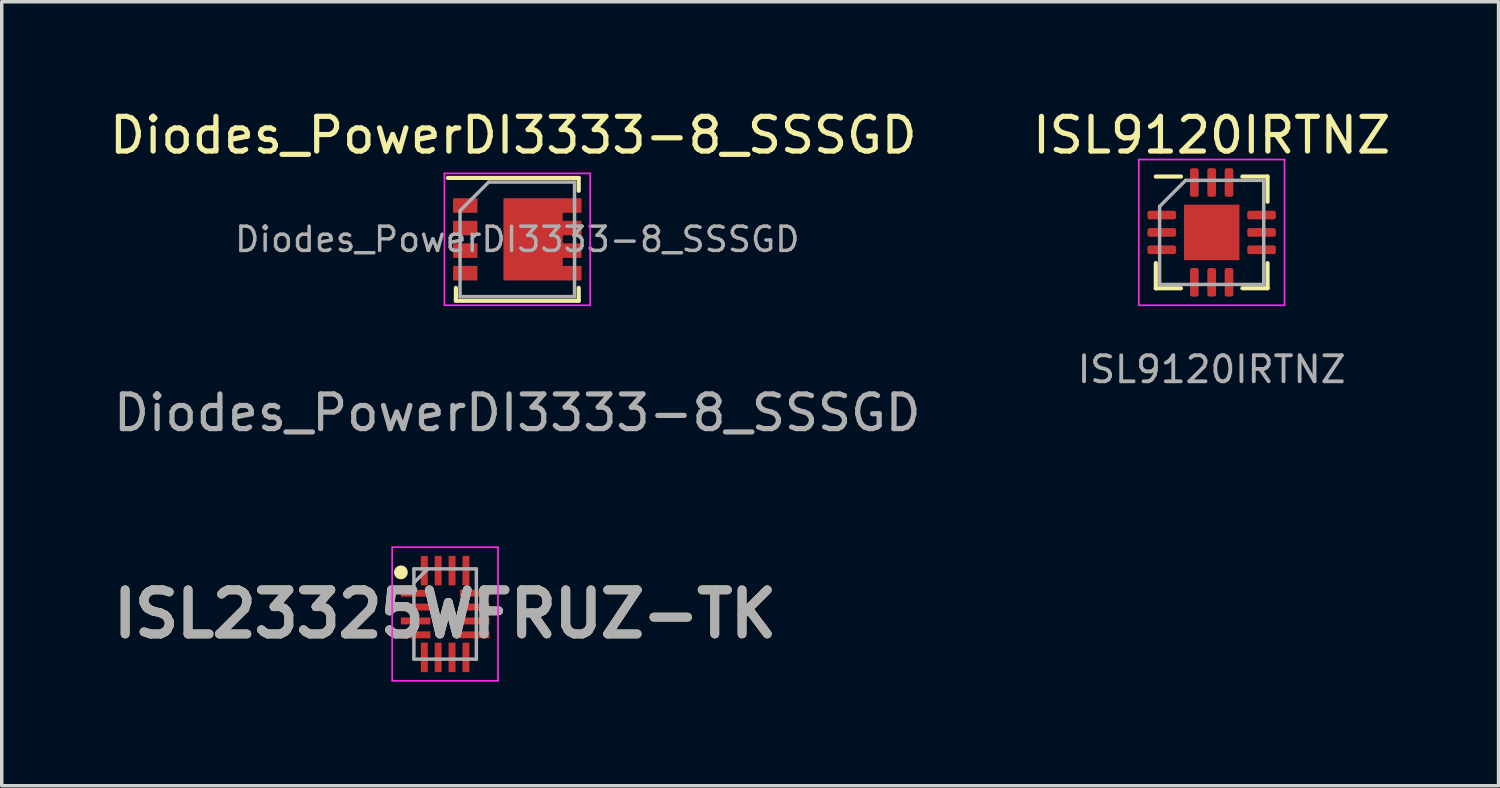
<source format=kicad_pcb>
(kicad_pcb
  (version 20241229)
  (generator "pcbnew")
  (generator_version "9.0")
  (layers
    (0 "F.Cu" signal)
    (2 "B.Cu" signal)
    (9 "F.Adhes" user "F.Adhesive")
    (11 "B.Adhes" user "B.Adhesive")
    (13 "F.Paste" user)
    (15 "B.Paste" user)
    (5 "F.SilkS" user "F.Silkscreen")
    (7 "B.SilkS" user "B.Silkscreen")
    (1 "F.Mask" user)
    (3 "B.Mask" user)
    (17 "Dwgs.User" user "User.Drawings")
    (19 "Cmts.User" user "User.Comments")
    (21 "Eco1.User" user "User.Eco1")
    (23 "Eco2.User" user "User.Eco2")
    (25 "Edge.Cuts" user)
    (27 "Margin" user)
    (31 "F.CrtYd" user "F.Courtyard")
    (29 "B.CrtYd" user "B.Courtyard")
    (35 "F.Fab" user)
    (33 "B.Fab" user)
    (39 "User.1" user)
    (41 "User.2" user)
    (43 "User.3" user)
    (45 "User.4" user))
  (footprint "ISL9120IRTNZ"
    (layer "F.Cu")
    (at 31.871 3.648)
    (property "Reference" "ISL9120IRTNZ" (at 0 -2.8 0) (layer "F.SilkS") (effects (font (size 1 1) (thickness 0.15))))
    (attr smd)
    (fp_line (start -1.61 1.61) (end -1.61 0.885) (stroke (width 0.12) (type solid)) (layer "F.SilkS"))
    (fp_line (start -0.885 -1.61) (end -1.61 -1.61) (stroke (width 0.12) (type solid)) (layer "F.SilkS"))
    (fp_line (start -0.885 1.61) (end -1.61 1.61) (stroke (width 0.12) (type solid)) (layer "F.SilkS"))
    (fp_line (start 0.885 -1.61) (end 1.61 -1.61) (stroke (width 0.12) (type solid)) (layer "F.SilkS"))
    (fp_line (start 0.885 1.61) (end 1.61 1.61) (stroke (width 0.12) (type solid)) (layer "F.SilkS"))
    (fp_line (start 1.61 -1.61) (end 1.61 -0.885) (stroke (width 0.12) (type solid)) (layer "F.SilkS"))
    (fp_line (start 1.61 1.61) (end 1.61 0.885) (stroke (width 0.12) (type solid)) (layer "F.SilkS"))
    (fp_line (start -2.1 -2.1) (end -2.1 2.1) (stroke (width 0.05) (type solid)) (layer "F.CrtYd"))
    (fp_line (start -2.1 2.1) (end 2.1 2.1) (stroke (width 0.05) (type solid)) (layer "F.CrtYd"))
    (fp_line (start 2.1 -2.1) (end -2.1 -2.1) (stroke (width 0.05) (type solid)) (layer "F.CrtYd"))
    (fp_line (start 2.1 2.1) (end 2.1 -2.1) (stroke (width 0.05) (type solid)) (layer "F.CrtYd"))
    (fp_line (start -1.5 -0.75) (end -0.75 -1.5) (stroke (width 0.1) (type solid)) (layer "F.Fab"))
    (fp_line (start -1.5 1.5) (end -1.5 -0.75) (stroke (width 0.1) (type solid)) (layer "F.Fab"))
    (fp_line (start -0.75 -1.5) (end 1.5 -1.5) (stroke (width 0.1) (type solid)) (layer "F.Fab"))
    (fp_line (start 1.5 -1.5) (end 1.5 1.5) (stroke (width 0.1) (type solid)) (layer "F.Fab"))
    (fp_line (start 1.5 1.5) (end -1.5 1.5) (stroke (width 0.1) (type solid)) (layer "F.Fab"))
    (fp_text user "${REFERENCE}" (at 0 3.95 0) (layer "F.Fab") (effects (font (size 0.75 0.75) (thickness 0.11))))
    (pad "" smd roundrect (at -0.4 -0.4) (size 0.64 0.64) (layers "F.Paste") (roundrect_rratio 0.25))
    (pad "" smd roundrect (at -0.4 0.4) (size 0.64 0.64) (layers "F.Paste") (roundrect_rratio 0.25))
    (pad "" smd roundrect (at 0.4 -0.4) (size 0.64 0.64) (layers "F.Paste") (roundrect_rratio 0.25))
    (pad "" smd roundrect (at 0.4 0.4) (size 0.64 0.64) (layers "F.Paste") (roundrect_rratio 0.25))
    (pad "1" smd roundrect (at -1.438 -0.5) (size 0.825 0.25) (layers "F.Cu" "F.Mask" "F.Paste") (roundrect_rratio 0.25))
    (pad "2" smd roundrect (at -1.438 0) (size 0.825 0.25) (layers "F.Cu" "F.Mask" "F.Paste") (roundrect_rratio 0.25))
    (pad "3" smd roundrect (at -1.438 0.5) (size 0.825 0.25) (layers "F.Cu" "F.Mask" "F.Paste") (roundrect_rratio 0.25))
    (pad "4" smd roundrect (at -0.5 1.438) (size 0.25 0.825) (layers "F.Cu" "F.Mask" "F.Paste") (roundrect_rratio 0.25))
    (pad "5" smd roundrect (at 0 1.438) (size 0.25 0.825) (layers "F.Cu" "F.Mask" "F.Paste") (roundrect_rratio 0.25))
    (pad "6" smd roundrect (at 0.5 1.438) (size 0.25 0.825) (layers "F.Cu" "F.Mask" "F.Paste") (roundrect_rratio 0.25))
    (pad "7" smd roundrect (at 1.438 0.5) (size 0.825 0.25) (layers "F.Cu" "F.Mask" "F.Paste") (roundrect_rratio 0.25))
    (pad "8" smd roundrect (at 1.438 0) (size 0.825 0.25) (layers "F.Cu" "F.Mask" "F.Paste") (roundrect_rratio 0.25))
    (pad "9" smd roundrect (at 1.438 -0.5) (size 0.825 0.25) (layers "F.Cu" "F.Mask" "F.Paste") (roundrect_rratio 0.25))
    (pad "10" smd roundrect (at 0.5 -1.438) (size 0.25 0.825) (layers "F.Cu" "F.Mask" "F.Paste") (roundrect_rratio 0.25))
    (pad "11" smd roundrect (at 0 -1.438) (size 0.25 0.825) (layers "F.Cu" "F.Mask" "F.Paste") (roundrect_rratio 0.25))
    (pad "12" smd roundrect (at -0.5 -1.438) (size 0.25 0.825) (layers "F.Cu" "F.Mask" "F.Paste") (roundrect_rratio 0.25))
    (pad "13" smd rect (at 0 0) (size 1.6 1.6) (layers "F.Cu" "F.Mask")))
  (footprint "Diodes_PowerDI3333-8_SSSGD"
    (layer "F.Cu")
    (at 11.859 3.848)
    (property "Reference" "Diodes_PowerDI3333-8_SSSGD" (at -0.115 -3 0) (unlocked yes) (layer "F.SilkS") (effects (font (size 1 1) (thickness 0.15))))
    (attr smd)
    (fp_line (start -1.77 1.77) (end -1.77 1.4) (stroke (width 0.12) (type solid)) (layer "F.SilkS"))
    (fp_line (start -1.77 1.77) (end 1.77 1.77) (stroke (width 0.12) (type solid)) (layer "F.SilkS"))
    (fp_line (start 1.77 -1.77) (end -2 -1.77) (stroke (width 0.12) (type solid)) (layer "F.SilkS"))
    (fp_line (start 1.77 -1.77) (end 1.77 -1.4) (stroke (width 0.12) (type solid)) (layer "F.SilkS"))
    (fp_line (start 1.77 1.77) (end 1.77 1.4) (stroke (width 0.12) (type solid)) (layer "F.SilkS"))
    (fp_line (start -2.1 -1.9) (end -2.1 1.9) (stroke (width 0.05) (type solid)) (layer "F.CrtYd"))
    (fp_line (start -2.1 1.9) (end 2.1 1.9) (stroke (width 0.05) (type solid)) (layer "F.CrtYd"))
    (fp_line (start 2.1 -1.9) (end -2.1 -1.9) (stroke (width 0.05) (type solid)) (layer "F.CrtYd"))
    (fp_line (start 2.1 1.9) (end 2.1 -1.9) (stroke (width 0.05) (type solid)) (layer "F.CrtYd"))
    (fp_line (start -1.65 -0.825) (end -1.65 1.65) (stroke (width 0.1) (type solid)) (layer "F.Fab"))
    (fp_line (start -1.65 1.65) (end 1.65 1.65) (stroke (width 0.1) (type solid)) (layer "F.Fab"))
    (fp_line (start -0.825 -1.65) (end -1.65 -0.825) (stroke (width 0.1) (type solid)) (layer "F.Fab"))
    (fp_line (start 1.65 -1.65) (end -0.825 -1.65) (stroke (width 0.1) (type solid)) (layer "F.Fab"))
    (fp_line (start 1.65 1.65) (end 1.65 -1.65) (stroke (width 0.1) (type solid)) (layer "F.Fab"))
    (fp_text user "${REFERENCE}" (at 0 0 0) (layer "F.Fab") (effects (font (size 0.7 0.7) (thickness 0.1))))
    (fp_text user "${REFERENCE}" (at 0 5 0) (unlocked yes) (layer "F.Fab") (effects (font (size 1 1) (thickness 0.15))))
    (pad "" smd rect (at 0.02 -0.565) (size 0.6 1) (layers "F.Paste"))
    (pad "" smd rect (at 0.02 0.565) (size 0.6 1) (layers "F.Paste"))
    (pad "" smd rect (at 0.73 -0.565) (size 0.6 1) (layers "F.Paste"))
    (pad "" smd rect (at 0.73 0.565) (size 0.6 1) (layers "F.Paste"))
    (pad "" smd rect (at 1.5 -0.975) (size 0.7 0.42) (layers "F.Paste"))
    (pad "" smd rect (at 1.5 -0.325) (size 0.7 0.42) (layers "F.Paste"))
    (pad "" smd rect (at 1.5 0.325) (size 0.7 0.42) (layers "F.Paste"))
    (pad "" smd rect (at 1.5 0.975) (size 0.7 0.42) (layers "F.Paste"))
    (pad "1" smd rect (at -1.5 -0.975) (size 0.7 0.42) (layers "F.Cu" "F.Mask" "F.Paste"))
    (pad "1" smd rect (at -1.5 -0.325) (size 0.7 0.42) (layers "F.Cu" "F.Mask" "F.Paste"))
    (pad "1" smd rect (at -1.5 0.325) (size 0.7 0.42) (layers "F.Cu" "F.Mask" "F.Paste"))
    (pad "2" smd rect (at -1.5 0.975) (size 0.7 0.42) (layers "F.Cu" "F.Mask" "F.Paste"))
    (pad "3" smd custom (at 0.455 0) (size 1.71 2.37) (layers "F.Cu" "F.Mask") (options (anchor rect)) (primitives (gr_poly (pts (xy 1.395 1.185) (xy 0.855 1.185) (xy 0.855 0.765) (xy 1.395 0.765)) (width 0) (fill yes)) (gr_poly (pts (xy 1.395 0.535) (xy 0.855 0.535) (xy 0.855 0.115) (xy 1.395 0.115)) (width 0) (fill yes)) (gr_poly (pts (xy 1.395 -0.115) (xy 0.855 -0.115) (xy 0.855 -0.535) (xy 1.395 -0.535)) (width 0) (fill yes)) (gr_poly (pts (xy 1.395 -0.765) (xy 0.855 -0.765) (xy 0.855 -1.185) (xy 1.395 -1.185)) (width 0) (fill yes)))))
  (footprint "ISL23325WFRUZ-TK"
    (layer "F.Cu")
    (at 9.779 14.646)
    (property "Reference" "ISL23325WFRUZ-TK" (at 0 0 0) (layer "F.SilkS") (effects (font (size 1.27 1.27) (thickness 0.254))))
    (attr smd)
    (fp_circle (center -1.275 -1.2) (end -1.275 -1.1) (stroke (width 0.2) (type solid)) (fill no) (layer "F.SilkS"))
    (fp_line (start -1.525 -1.925) (end 1.525 -1.925) (stroke (width 0.05) (type solid)) (layer "F.CrtYd"))
    (fp_line (start -1.525 1.925) (end -1.525 -1.925) (stroke (width 0.05) (type solid)) (layer "F.CrtYd"))
    (fp_line (start 1.525 -1.925) (end 1.525 1.925) (stroke (width 0.05) (type solid)) (layer "F.CrtYd"))
    (fp_line (start 1.525 1.925) (end -1.525 1.925) (stroke (width 0.05) (type solid)) (layer "F.CrtYd"))
    (fp_line (start -0.9 -1.3) (end 0.9 -1.3) (stroke (width 0.1) (type solid)) (layer "F.Fab"))
    (fp_line (start -0.9 -0.9) (end -0.5 -1.3) (stroke (width 0.1) (type solid)) (layer "F.Fab"))
    (fp_line (start -0.9 1.3) (end -0.9 -1.3) (stroke (width 0.1) (type solid)) (layer "F.Fab"))
    (fp_line (start 0.9 -1.3) (end 0.9 1.3) (stroke (width 0.1) (type solid)) (layer "F.Fab"))
    (fp_line (start 0.9 1.3) (end -0.9 1.3) (stroke (width 0.1) (type solid)) (layer "F.Fab"))
    (fp_text user "${REFERENCE}" (at 0 0 0) (layer "F.Fab") (effects (font (size 1.27 1.27) (thickness 0.254))))
    (pad "1" smd rect (at -0.85 -0.6 90) (size 0.2 0.85) (layers "F.Cu" "F.Mask" "F.Paste"))
    (pad "2" smd rect (at -0.85 -0.2 90) (size 0.2 0.85) (layers "F.Cu" "F.Mask" "F.Paste"))
    (pad "3" smd rect (at -0.85 0.2 90) (size 0.2 0.85) (layers "F.Cu" "F.Mask" "F.Paste"))
    (pad "4" smd rect (at -0.85 0.6 90) (size 0.2 0.85) (layers "F.Cu" "F.Mask" "F.Paste"))
    (pad "5" smd rect (at -0.6 1.25) (size 0.2 0.85) (layers "F.Cu" "F.Mask" "F.Paste"))
    (pad "6" smd rect (at -0.2 1.25) (size 0.2 0.85) (layers "F.Cu" "F.Mask" "F.Paste"))
    (pad "7" smd rect (at 0.2 1.25) (size 0.2 0.85) (layers "F.Cu" "F.Mask" "F.Paste"))
    (pad "8" smd rect (at 0.6 1.25) (size 0.2 0.85) (layers "F.Cu" "F.Mask" "F.Paste"))
    (pad "9" smd rect (at 0.85 0.6 90) (size 0.2 0.85) (layers "F.Cu" "F.Mask" "F.Paste"))
    (pad "10" smd rect (at 0.85 0.2 90) (size 0.2 0.85) (layers "F.Cu" "F.Mask" "F.Paste"))
    (pad "11" smd rect (at 0.85 -0.2 90) (size 0.2 0.85) (layers "F.Cu" "F.Mask" "F.Paste"))
    (pad "12" smd rect (at 0.85 -0.6 90) (size 0.2 0.85) (layers "F.Cu" "F.Mask" "F.Paste"))
    (pad "13" smd rect (at 0.6 -1.25) (size 0.2 0.85) (layers "F.Cu" "F.Mask" "F.Paste"))
    (pad "14" smd rect (at 0.2 -1.25) (size 0.2 0.85) (layers "F.Cu" "F.Mask" "F.Paste"))
    (pad "15" smd rect (at -0.2 -1.25) (size 0.2 0.85) (layers "F.Cu" "F.Mask" "F.Paste"))
    (pad "16" smd rect (at -0.6 -1.25) (size 0.2 0.85) (layers "F.Cu" "F.Mask" "F.Paste")))
  (gr_rect
    (start -3 -3)
    (end 40.139 19.596)
    (stroke (width 0.1) (type default))
    (fill no)
    (layer "Edge.Cuts")))
</source>
